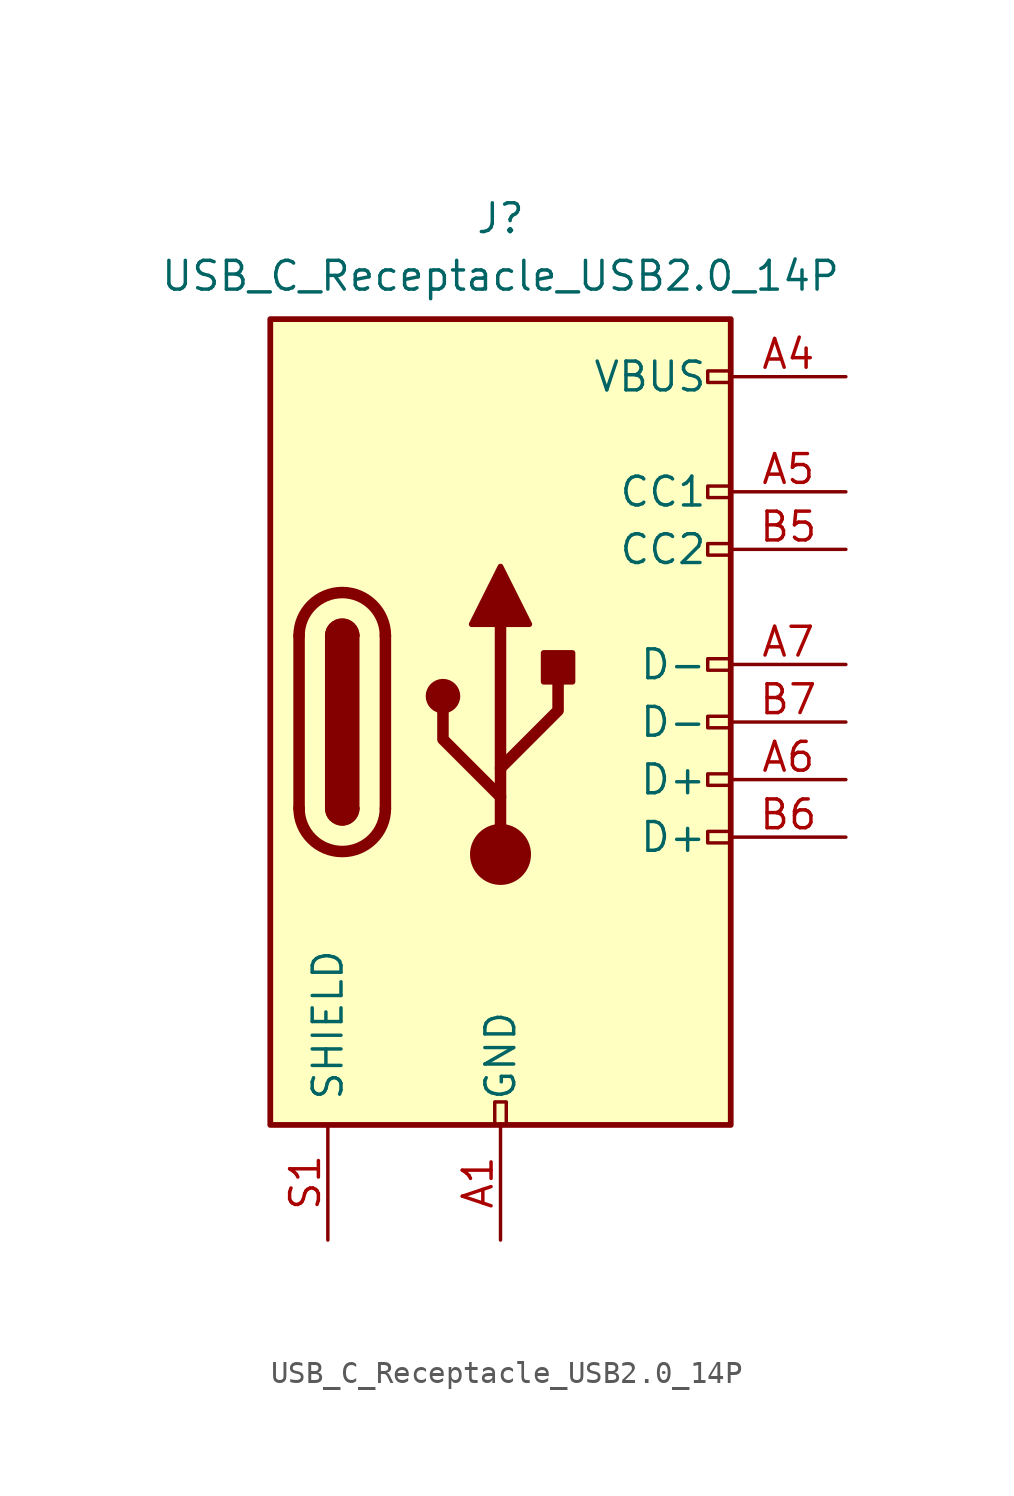
<source format=kicad_sym>
(kicad_symbol_lib
  (version 20231120)
  (generator "kicad_symbol_editor")
  (generator_version "8.0")
  (symbol "USB_C_Receptacle_USB2.0_14P"
    (pin_names
      (offset 1.016))
    (property "Reference" "J"
      (at 0 22.225 0)
      (effects (font (size 1.27 1.27))))
    (property "Value" "USB_C_Receptacle_USB2.0_14P"
      (at 0 19.685 0)
      (effects (font (size 1.27 1.27))))
    (symbol "USB_C_Receptacle_USB2.0_14P_0_0"
      (rectangle (start -0.254 -17.78) (end 0.254 -16.764) (stroke (width 0) (type default)) (fill (type none)))
      (rectangle (start 10.16 -4.826) (end 9.144 -5.334) (stroke (width 0) (type default)) (fill (type none)))
      (rectangle (start 10.16 -2.286) (end 9.144 -2.794) (stroke (width 0) (type default)) (fill (type none)))
      (rectangle (start 10.16 0.254) (end 9.144 -0.254) (stroke (width 0) (type default)) (fill (type none)))
      (rectangle (start 10.16 2.794) (end 9.144 2.286) (stroke (width 0) (type default)) (fill (type none)))
      (rectangle (start 10.16 7.874) (end 9.144 7.366) (stroke (width 0) (type default)) (fill (type none)))
      (rectangle (start 10.16 10.414) (end 9.144 9.906) (stroke (width 0) (type default)) (fill (type none)))
      (rectangle (start 10.16 15.494) (end 9.144 14.986) (stroke (width 0) (type default)) (fill (type none))))
    (symbol "USB_C_Receptacle_USB2.0_14P_0_1"
      (rectangle (start -10.16 17.78) (end 10.16 -17.78) (stroke (width 0.254) (type default)) (fill (type background)))
      (arc (start -8.89 -3.81) (mid -6.985 -5.7067) (end -5.08 -3.81) (stroke (width 0.508) (type default)) (fill (type none)))
      (arc (start -7.62 -3.81) (mid -6.985 -4.4423) (end -6.35 -3.81) (stroke (width 0.254) (type default)) (fill (type none)))
      (arc (start -7.62 -3.81) (mid -6.985 -4.4423) (end -6.35 -3.81) (stroke (width 0.254) (type default)) (fill (type outline)))
      (rectangle (start -7.62 -3.81) (end -6.35 3.81) (stroke (width 0.254) (type default)) (fill (type outline)))
      (arc (start -6.35 3.81) (mid -6.985 4.4423) (end -7.62 3.81) (stroke (width 0.254) (type default)) (fill (type none)))
      (arc (start -6.35 3.81) (mid -6.985 4.4423) (end -7.62 3.81) (stroke (width 0.254) (type default)) (fill (type outline)))
      (arc (start -5.08 3.81) (mid -6.985 5.7067) (end -8.89 3.81) (stroke (width 0.508) (type default)) (fill (type none)))
      (circle (center -2.54 1.143) (radius 0.635) (stroke (width 0.254) (type default)) (fill (type outline)))
      (circle (center 0 -5.842) (radius 1.27) (stroke (width 0) (type default)) (fill (type outline)))
      (polyline (pts (xy -8.89 -3.81) (xy -8.89 3.81)) (stroke (width 0.508) (type default)) (fill (type none)))
      (polyline (pts (xy -5.08 3.81) (xy -5.08 -3.81)) (stroke (width 0.508) (type default)) (fill (type none)))
      (polyline (pts (xy 0 -5.842) (xy 0 4.318)) (stroke (width 0.508) (type default)) (fill (type none)))
      (polyline (pts (xy 0 -3.302) (xy -2.54 -0.762) (xy -2.54 0.508)) (stroke (width 0.508) (type default)) (fill (type none)))
      (polyline (pts (xy 0 -2.032) (xy 2.54 0.508) (xy 2.54 1.778)) (stroke (width 0.508) (type default)) (fill (type none)))
      (polyline (pts (xy -1.27 4.318) (xy 0 6.858) (xy 1.27 4.318) (xy -1.27 4.318)) (stroke (width 0.254) (type default)) (fill (type outline)))
      (rectangle (start 1.905 1.778) (end 3.175 3.048) (stroke (width 0.254) (type default)) (fill (type outline))))
    (symbol "USB_C_Receptacle_USB2.0_14P_1_1"
      (pin passive line (at 0 -22.86 90) (length 5.08) (name "GND" (effects (font (size 1.27 1.27)))) (number "A1" (effects (font (size 1.27 1.27)))))
      (pin passive line (at 0 -22.86 90) (length 5.08) hide (name "GND" (effects (font (size 1.27 1.27)))) (number "A12" (effects (font (size 1.27 1.27)))))
      (pin passive line (at 15.24 15.24 180) (length 5.08) (name "VBUS" (effects (font (size 1.27 1.27)))) (number "A4" (effects (font (size 1.27 1.27)))))
      (pin bidirectional line (at 15.24 10.16 180) (length 5.08) (name "CC1" (effects (font (size 1.27 1.27)))) (number "A5" (effects (font (size 1.27 1.27)))))
      (pin bidirectional line (at 15.24 -2.54 180) (length 5.08) (name "D+" (effects (font (size 1.27 1.27)))) (number "A6" (effects (font (size 1.27 1.27)))))
      (pin bidirectional line (at 15.24 2.54 180) (length 5.08) (name "D-" (effects (font (size 1.27 1.27)))) (number "A7" (effects (font (size 1.27 1.27)))))
      (pin passive line (at 15.24 15.24 180) (length 5.08) hide (name "VBUS" (effects (font (size 1.27 1.27)))) (number "A9" (effects (font (size 1.27 1.27)))))
      (pin passive line (at 0 -22.86 90) (length 5.08) hide (name "GND" (effects (font (size 1.27 1.27)))) (number "B1" (effects (font (size 1.27 1.27)))))
      (pin passive line (at 0 -22.86 90) (length 5.08) hide (name "GND" (effects (font (size 1.27 1.27)))) (number "B12" (effects (font (size 1.27 1.27)))))
      (pin passive line (at 15.24 15.24 180) (length 5.08) hide (name "VBUS" (effects (font (size 1.27 1.27)))) (number "B4" (effects (font (size 1.27 1.27)))))
      (pin bidirectional line (at 15.24 7.62 180) (length 5.08) (name "CC2" (effects (font (size 1.27 1.27)))) (number "B5" (effects (font (size 1.27 1.27)))))
      (pin bidirectional line (at 15.24 -5.08 180) (length 5.08) (name "D+" (effects (font (size 1.27 1.27)))) (number "B6" (effects (font (size 1.27 1.27)))))
      (pin bidirectional line (at 15.24 0 180) (length 5.08) (name "D-" (effects (font (size 1.27 1.27)))) (number "B7" (effects (font (size 1.27 1.27)))))
      (pin passive line (at 15.24 15.24 180) (length 5.08) hide (name "VBUS" (effects (font (size 1.27 1.27)))) (number "B9" (effects (font (size 1.27 1.27)))))
      (pin passive line (at -7.62 -22.86 90) (length 5.08) (name "SHIELD" (effects (font (size 1.27 1.27)))) (number "S1" (effects (font (size 1.27 1.27))))))))
</source>
